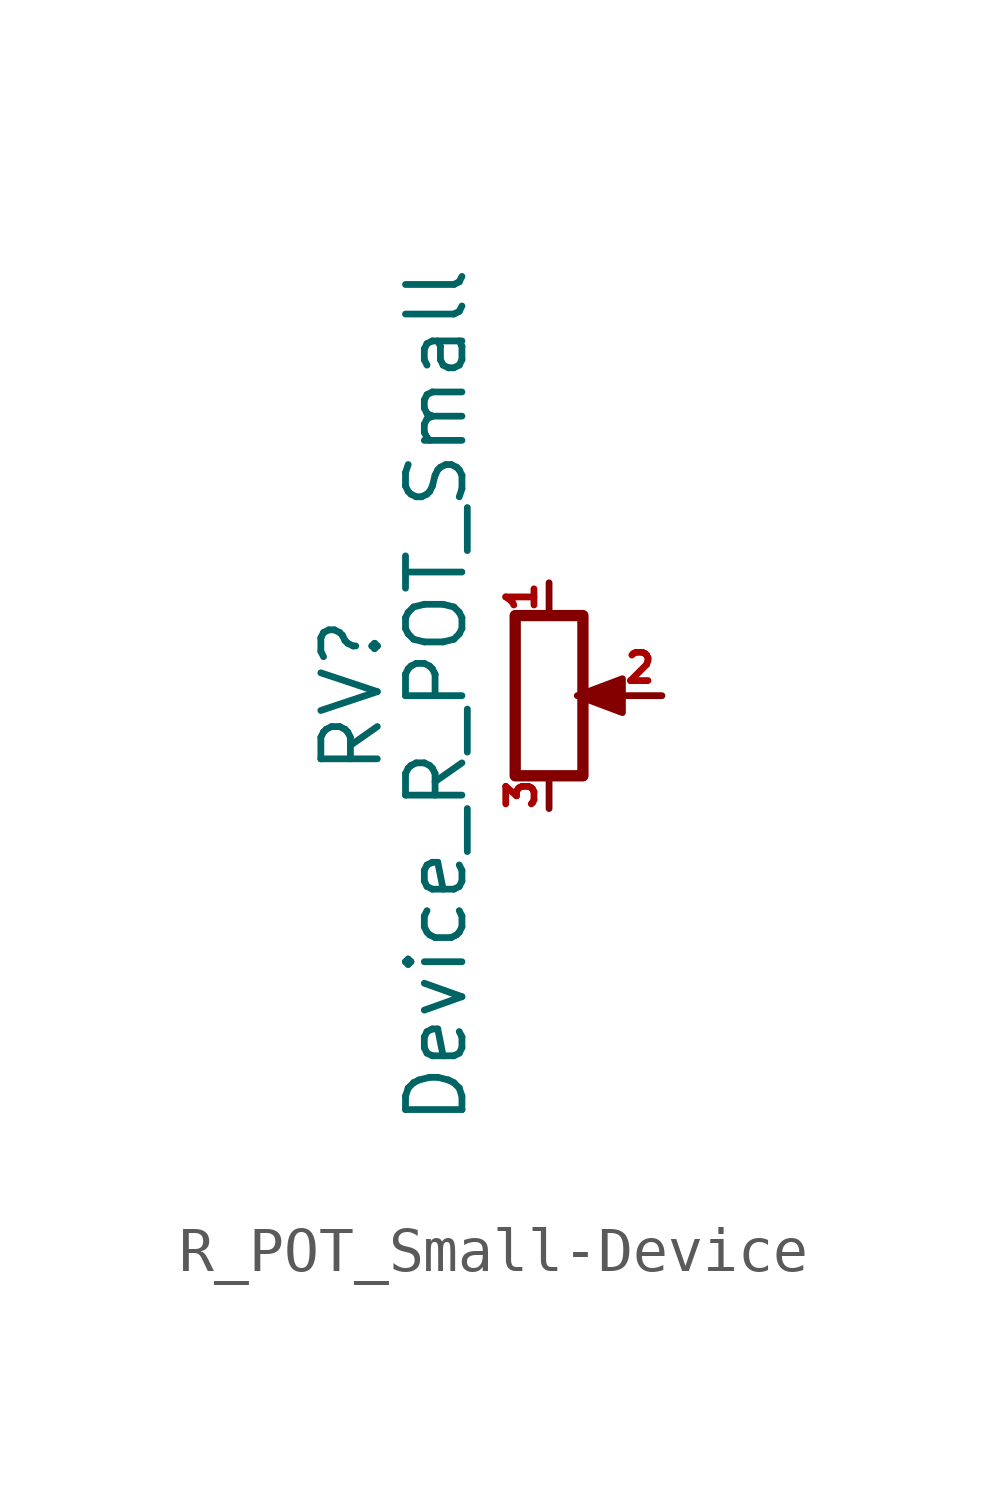
<source format=kicad_sym>
(kicad_symbol_lib
  (version 20231120)
  (generator "kicad_symbol_editor")
  (generator_version "8.0")
  (symbol "R_POT_Small-Device"
    (pin_names
      (offset 1.016) hide)
    (property "Reference" "RV"
      (at -4.445 0 90)
      (effects (font (size 1.27 1.27))))
    (property "Value" "Device_R_POT_Small"
      (at -2.54 0 90)
      (effects (font (size 1.27 1.27))))
    (symbol "R_POT_Small-Device_0_1"
      (polyline (pts (xy 0.889 0) (xy 0.635 0) (xy 1.651 0.381) (xy 1.651 -0.381) (xy 0.635 0) (xy 0.889 0)) (stroke (width 0) (type solid)) (fill (type outline)))
      (rectangle (start 0.762 1.803) (end -0.762 -1.803) (stroke (width 0.254) (type solid)) (fill (type none))))
    (symbol "R_POT_Small-Device_1_1"
      (pin passive line (at 0 2.54 270) (length 0.635) (name "1" (effects (font (size 0.635 0.635)))) (number "1" (effects (font (size 0.635 0.635)))))
      (pin passive line (at 2.54 0 180) (length 0.991) (name "2" (effects (font (size 0.635 0.635)))) (number "2" (effects (font (size 0.635 0.635)))))
      (pin passive line (at 0 -2.54 90) (length 0.635) (name "3" (effects (font (size 0.635 0.635)))) (number "3" (effects (font (size 0.635 0.635))))))))
</source>
